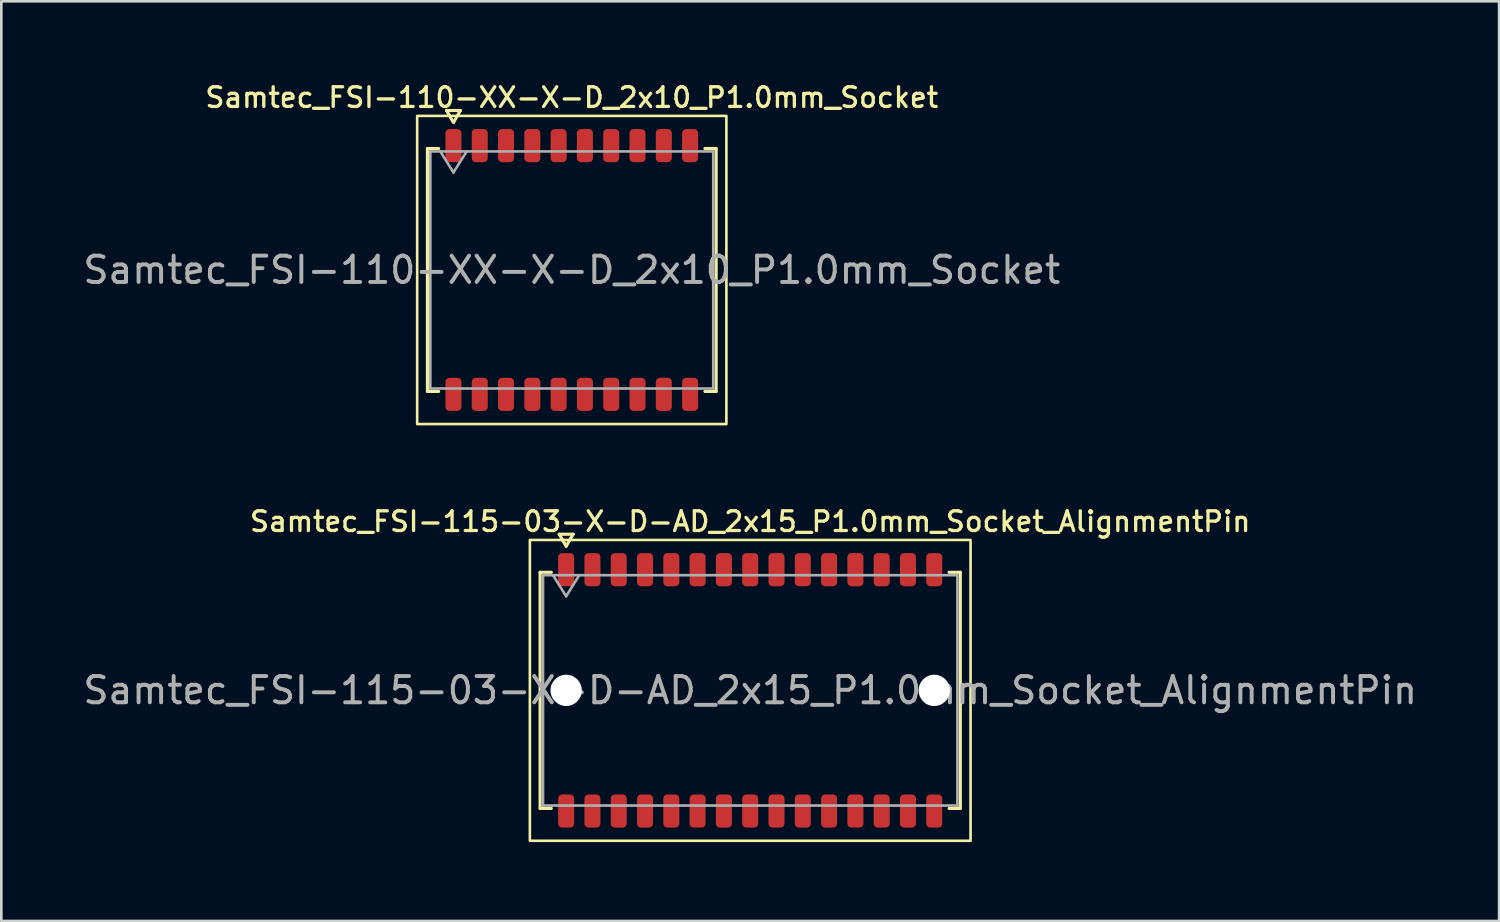
<source format=kicad_pcb>
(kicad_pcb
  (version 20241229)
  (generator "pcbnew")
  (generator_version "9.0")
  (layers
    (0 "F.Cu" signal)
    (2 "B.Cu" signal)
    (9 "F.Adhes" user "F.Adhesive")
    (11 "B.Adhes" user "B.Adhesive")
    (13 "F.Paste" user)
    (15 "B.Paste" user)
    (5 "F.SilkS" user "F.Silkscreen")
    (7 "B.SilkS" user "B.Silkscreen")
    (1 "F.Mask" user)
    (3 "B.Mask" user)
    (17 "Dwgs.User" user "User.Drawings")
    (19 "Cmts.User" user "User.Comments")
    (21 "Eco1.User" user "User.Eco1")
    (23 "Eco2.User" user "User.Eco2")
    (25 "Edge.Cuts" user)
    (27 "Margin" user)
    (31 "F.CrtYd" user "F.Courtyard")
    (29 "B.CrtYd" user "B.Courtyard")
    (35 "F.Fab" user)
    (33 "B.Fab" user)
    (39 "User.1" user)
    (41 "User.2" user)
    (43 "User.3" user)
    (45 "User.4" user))
  (footprint "Samtec_FSI-115-03-X-D-AD_2x15_P1.0mm_Socket_AlignmentPin"
    (layer "F.Cu")
    (at 25.482 23.206)
    (property "Reference" "Samtec_FSI-115-03-X-D-AD_2x15_P1.0mm_Socket_AlignmentPin" (at 0 -6.42 0) (layer "F.SilkS") (effects (font (size 0.75 0.75) (thickness 0.125))))
    (attr smd)
    (fp_line (start -7.99 -4.49) (end -7.565 -4.49) (stroke (width 0.12) (type solid)) (layer "F.SilkS"))
    (fp_line (start -7.99 4.49) (end -7.99 -4.49) (stroke (width 0.12) (type solid)) (layer "F.SilkS"))
    (fp_line (start -7.565 4.49) (end -7.99 4.49) (stroke (width 0.12) (type solid)) (layer "F.SilkS"))
    (fp_line (start -7.264 -5.938) (end -7 -5.48) (stroke (width 0.12) (type solid)) (layer "F.SilkS"))
    (fp_line (start -7 -5.48) (end -6.736 -5.938) (stroke (width 0.12) (type solid)) (layer "F.SilkS"))
    (fp_line (start -6.736 -5.938) (end -7.264 -5.938) (stroke (width 0.12) (type solid)) (layer "F.SilkS"))
    (fp_line (start 7.565 -4.49) (end 7.99 -4.49) (stroke (width 0.12) (type solid)) (layer "F.SilkS"))
    (fp_line (start 7.99 -4.49) (end 7.99 4.49) (stroke (width 0.12) (type solid)) (layer "F.SilkS"))
    (fp_line (start 7.99 4.49) (end 7.565 4.49) (stroke (width 0.12) (type solid)) (layer "F.SilkS"))
    (fp_rect (start -8.38 -5.72) (end 8.38 5.72) (stroke (width 0.1) (type solid)) (fill no) (layer "F.SilkS"))
    (fp_line (start -7.88 -4.38) (end 7.88 -4.38) (stroke (width 0.1) (type solid)) (layer "F.Fab"))
    (fp_line (start -7.88 4.38) (end -7.88 -4.38) (stroke (width 0.1) (type solid)) (layer "F.Fab"))
    (fp_line (start -7.5 -4.38) (end -7 -3.58) (stroke (width 0.1) (type solid)) (layer "F.Fab"))
    (fp_line (start -7 -3.58) (end -6.5 -4.38) (stroke (width 0.1) (type solid)) (layer "F.Fab"))
    (fp_line (start 7.88 -4.38) (end 7.88 4.38) (stroke (width 0.1) (type solid)) (layer "F.Fab"))
    (fp_line (start 7.88 4.38) (end -7.88 4.38) (stroke (width 0.1) (type solid)) (layer "F.Fab"))
    (fp_text user "${REFERENCE}" (at 0 0 0) (layer "F.Fab") (effects (font (size 1 1) (thickness 0.15))))
    (pad "" np_thru_hole circle (at -7 0) (size 1.19 1.19) (drill 1.19) (layers "*.Cu" "*.Mask"))
    (pad "" np_thru_hole circle (at 7 0) (size 1.19 1.19) (drill 1.19) (layers "*.Cu" "*.Mask"))
    (pad "1" smd roundrect (at -7 -4.59) (size 0.61 1.26) (layers "F.Cu" "F.Mask" "F.Paste") (roundrect_rratio 0.25))
    (pad "2" smd roundrect (at -7 4.59) (size 0.61 1.26) (layers "F.Cu" "F.Mask" "F.Paste") (roundrect_rratio 0.25))
    (pad "3" smd roundrect (at -6 -4.59) (size 0.61 1.26) (layers "F.Cu" "F.Mask" "F.Paste") (roundrect_rratio 0.25))
    (pad "4" smd roundrect (at -6 4.59) (size 0.61 1.26) (layers "F.Cu" "F.Mask" "F.Paste") (roundrect_rratio 0.25))
    (pad "5" smd roundrect (at -5 -4.59) (size 0.61 1.26) (layers "F.Cu" "F.Mask" "F.Paste") (roundrect_rratio 0.25))
    (pad "6" smd roundrect (at -5 4.59) (size 0.61 1.26) (layers "F.Cu" "F.Mask" "F.Paste") (roundrect_rratio 0.25))
    (pad "7" smd roundrect (at -4 -4.59) (size 0.61 1.26) (layers "F.Cu" "F.Mask" "F.Paste") (roundrect_rratio 0.25))
    (pad "8" smd roundrect (at -4 4.59) (size 0.61 1.26) (layers "F.Cu" "F.Mask" "F.Paste") (roundrect_rratio 0.25))
    (pad "9" smd roundrect (at -3 -4.59) (size 0.61 1.26) (layers "F.Cu" "F.Mask" "F.Paste") (roundrect_rratio 0.25))
    (pad "10" smd roundrect (at -3 4.59) (size 0.61 1.26) (layers "F.Cu" "F.Mask" "F.Paste") (roundrect_rratio 0.25))
    (pad "11" smd roundrect (at -2 -4.59) (size 0.61 1.26) (layers "F.Cu" "F.Mask" "F.Paste") (roundrect_rratio 0.25))
    (pad "12" smd roundrect (at -2 4.59) (size 0.61 1.26) (layers "F.Cu" "F.Mask" "F.Paste") (roundrect_rratio 0.25))
    (pad "13" smd roundrect (at -1 -4.59) (size 0.61 1.26) (layers "F.Cu" "F.Mask" "F.Paste") (roundrect_rratio 0.25))
    (pad "14" smd roundrect (at -1 4.59) (size 0.61 1.26) (layers "F.Cu" "F.Mask" "F.Paste") (roundrect_rratio 0.25))
    (pad "15" smd roundrect (at 0 -4.59) (size 0.61 1.26) (layers "F.Cu" "F.Mask" "F.Paste") (roundrect_rratio 0.25))
    (pad "16" smd roundrect (at 0 4.59) (size 0.61 1.26) (layers "F.Cu" "F.Mask" "F.Paste") (roundrect_rratio 0.25))
    (pad "17" smd roundrect (at 1 -4.59) (size 0.61 1.26) (layers "F.Cu" "F.Mask" "F.Paste") (roundrect_rratio 0.25))
    (pad "18" smd roundrect (at 1 4.59) (size 0.61 1.26) (layers "F.Cu" "F.Mask" "F.Paste") (roundrect_rratio 0.25))
    (pad "19" smd roundrect (at 2 -4.59) (size 0.61 1.26) (layers "F.Cu" "F.Mask" "F.Paste") (roundrect_rratio 0.25))
    (pad "20" smd roundrect (at 2 4.59) (size 0.61 1.26) (layers "F.Cu" "F.Mask" "F.Paste") (roundrect_rratio 0.25))
    (pad "21" smd roundrect (at 3 -4.59) (size 0.61 1.26) (layers "F.Cu" "F.Mask" "F.Paste") (roundrect_rratio 0.25))
    (pad "22" smd roundrect (at 3 4.59) (size 0.61 1.26) (layers "F.Cu" "F.Mask" "F.Paste") (roundrect_rratio 0.25))
    (pad "23" smd roundrect (at 4 -4.59) (size 0.61 1.26) (layers "F.Cu" "F.Mask" "F.Paste") (roundrect_rratio 0.25))
    (pad "24" smd roundrect (at 4 4.59) (size 0.61 1.26) (layers "F.Cu" "F.Mask" "F.Paste") (roundrect_rratio 0.25))
    (pad "25" smd roundrect (at 5 -4.59) (size 0.61 1.26) (layers "F.Cu" "F.Mask" "F.Paste") (roundrect_rratio 0.25))
    (pad "26" smd roundrect (at 5 4.59) (size 0.61 1.26) (layers "F.Cu" "F.Mask" "F.Paste") (roundrect_rratio 0.25))
    (pad "27" smd roundrect (at 6 -4.59) (size 0.61 1.26) (layers "F.Cu" "F.Mask" "F.Paste") (roundrect_rratio 0.25))
    (pad "28" smd roundrect (at 6 4.59) (size 0.61 1.26) (layers "F.Cu" "F.Mask" "F.Paste") (roundrect_rratio 0.25))
    (pad "29" smd roundrect (at 7 -4.59) (size 0.61 1.26) (layers "F.Cu" "F.Mask" "F.Paste") (roundrect_rratio 0.25))
    (pad "30" smd roundrect (at 7 4.59) (size 0.61 1.26) (layers "F.Cu" "F.Mask" "F.Paste") (roundrect_rratio 0.25)))
  (footprint "Samtec_FSI-110-XX-X-D_2x10_P1.0mm_Socket"
    (layer "F.Cu")
    (at 18.696 7.218)
    (property "Reference" "Samtec_FSI-110-XX-X-D_2x10_P1.0mm_Socket" (at 0 -6.56 0) (layer "F.SilkS") (effects (font (size 0.75 0.75) (thickness 0.125))))
    (attr smd)
    (fp_line (start -5.49 -4.619) (end -5.065 -4.619) (stroke (width 0.12) (type solid)) (layer "F.SilkS"))
    (fp_line (start -5.49 4.619) (end -5.49 -4.619) (stroke (width 0.12) (type solid)) (layer "F.SilkS"))
    (fp_line (start -5.065 4.619) (end -5.49 4.619) (stroke (width 0.12) (type solid)) (layer "F.SilkS"))
    (fp_line (start -4.764 -6.066) (end -4.507 -5.62) (stroke (width 0.12) (type solid)) (layer "F.SilkS"))
    (fp_line (start -4.493 -5.62) (end -4.236 -6.066) (stroke (width 0.12) (type solid)) (layer "F.SilkS"))
    (fp_line (start -4.236 -6.066) (end -4.764 -6.066) (stroke (width 0.12) (type solid)) (layer "F.SilkS"))
    (fp_line (start 5.065 -4.619) (end 5.49 -4.619) (stroke (width 0.12) (type solid)) (layer "F.SilkS"))
    (fp_line (start 5.49 -4.619) (end 5.49 4.619) (stroke (width 0.12) (type solid)) (layer "F.SilkS"))
    (fp_line (start 5.49 4.619) (end 5.065 4.619) (stroke (width 0.12) (type solid)) (layer "F.SilkS"))
    (fp_rect (start -5.88 -5.86) (end 5.88 5.86) (stroke (width 0.1) (type solid)) (fill no) (layer "F.SilkS"))
    (fp_line (start -5.38 -4.508) (end 5.38 -4.508) (stroke (width 0.1) (type solid)) (layer "F.Fab"))
    (fp_line (start -5.38 4.508) (end -5.38 -4.508) (stroke (width 0.1) (type solid)) (layer "F.Fab"))
    (fp_line (start -5 -4.508) (end -4.5 -3.708) (stroke (width 0.1) (type solid)) (layer "F.Fab"))
    (fp_line (start -4.5 -3.708) (end -4 -4.508) (stroke (width 0.1) (type solid)) (layer "F.Fab"))
    (fp_line (start 5.38 -4.508) (end 5.38 4.508) (stroke (width 0.1) (type solid)) (layer "F.Fab"))
    (fp_line (start 5.38 4.508) (end -5.38 4.508) (stroke (width 0.1) (type solid)) (layer "F.Fab"))
    (fp_text user "${REFERENCE}" (at 0 0 0) (layer "F.Fab") (effects (font (size 1 1) (thickness 0.15))))
    (pad "1" smd roundrect (at -4.5 -4.73) (size 0.61 1.26) (layers "F.Cu" "F.Mask" "F.Paste") (roundrect_rratio 0.25))
    (pad "2" smd roundrect (at -4.5 4.73) (size 0.61 1.26) (layers "F.Cu" "F.Mask" "F.Paste") (roundrect_rratio 0.25))
    (pad "3" smd roundrect (at -3.5 -4.73) (size 0.61 1.26) (layers "F.Cu" "F.Mask" "F.Paste") (roundrect_rratio 0.25))
    (pad "4" smd roundrect (at -3.5 4.73) (size 0.61 1.26) (layers "F.Cu" "F.Mask" "F.Paste") (roundrect_rratio 0.25))
    (pad "5" smd roundrect (at -2.5 -4.73) (size 0.61 1.26) (layers "F.Cu" "F.Mask" "F.Paste") (roundrect_rratio 0.25))
    (pad "6" smd roundrect (at -2.5 4.73) (size 0.61 1.26) (layers "F.Cu" "F.Mask" "F.Paste") (roundrect_rratio 0.25))
    (pad "7" smd roundrect (at -1.5 -4.73) (size 0.61 1.26) (layers "F.Cu" "F.Mask" "F.Paste") (roundrect_rratio 0.25))
    (pad "8" smd roundrect (at -1.5 4.73) (size 0.61 1.26) (layers "F.Cu" "F.Mask" "F.Paste") (roundrect_rratio 0.25))
    (pad "9" smd roundrect (at -0.5 -4.73) (size 0.61 1.26) (layers "F.Cu" "F.Mask" "F.Paste") (roundrect_rratio 0.25))
    (pad "10" smd roundrect (at -0.5 4.73) (size 0.61 1.26) (layers "F.Cu" "F.Mask" "F.Paste") (roundrect_rratio 0.25))
    (pad "11" smd roundrect (at 0.5 -4.73) (size 0.61 1.26) (layers "F.Cu" "F.Mask" "F.Paste") (roundrect_rratio 0.25))
    (pad "12" smd roundrect (at 0.5 4.73) (size 0.61 1.26) (layers "F.Cu" "F.Mask" "F.Paste") (roundrect_rratio 0.25))
    (pad "13" smd roundrect (at 1.5 -4.73) (size 0.61 1.26) (layers "F.Cu" "F.Mask" "F.Paste") (roundrect_rratio 0.25))
    (pad "14" smd roundrect (at 1.5 4.73) (size 0.61 1.26) (layers "F.Cu" "F.Mask" "F.Paste") (roundrect_rratio 0.25))
    (pad "15" smd roundrect (at 2.5 -4.73) (size 0.61 1.26) (layers "F.Cu" "F.Mask" "F.Paste") (roundrect_rratio 0.25))
    (pad "16" smd roundrect (at 2.5 4.73) (size 0.61 1.26) (layers "F.Cu" "F.Mask" "F.Paste") (roundrect_rratio 0.25))
    (pad "17" smd roundrect (at 3.5 -4.73) (size 0.61 1.26) (layers "F.Cu" "F.Mask" "F.Paste") (roundrect_rratio 0.25))
    (pad "18" smd roundrect (at 3.5 4.73) (size 0.61 1.26) (layers "F.Cu" "F.Mask" "F.Paste") (roundrect_rratio 0.25))
    (pad "19" smd roundrect (at 4.5 -4.73) (size 0.61 1.26) (layers "F.Cu" "F.Mask" "F.Paste") (roundrect_rratio 0.25))
    (pad "20" smd roundrect (at 4.5 4.73) (size 0.61 1.26) (layers "F.Cu" "F.Mask" "F.Paste") (roundrect_rratio 0.25)))
  (gr_rect
    (start -3 -3)
    (end 53.964 31.976)
    (stroke (width 0.1) (type default))
    (fill no)
    (layer "Edge.Cuts")))
</source>
